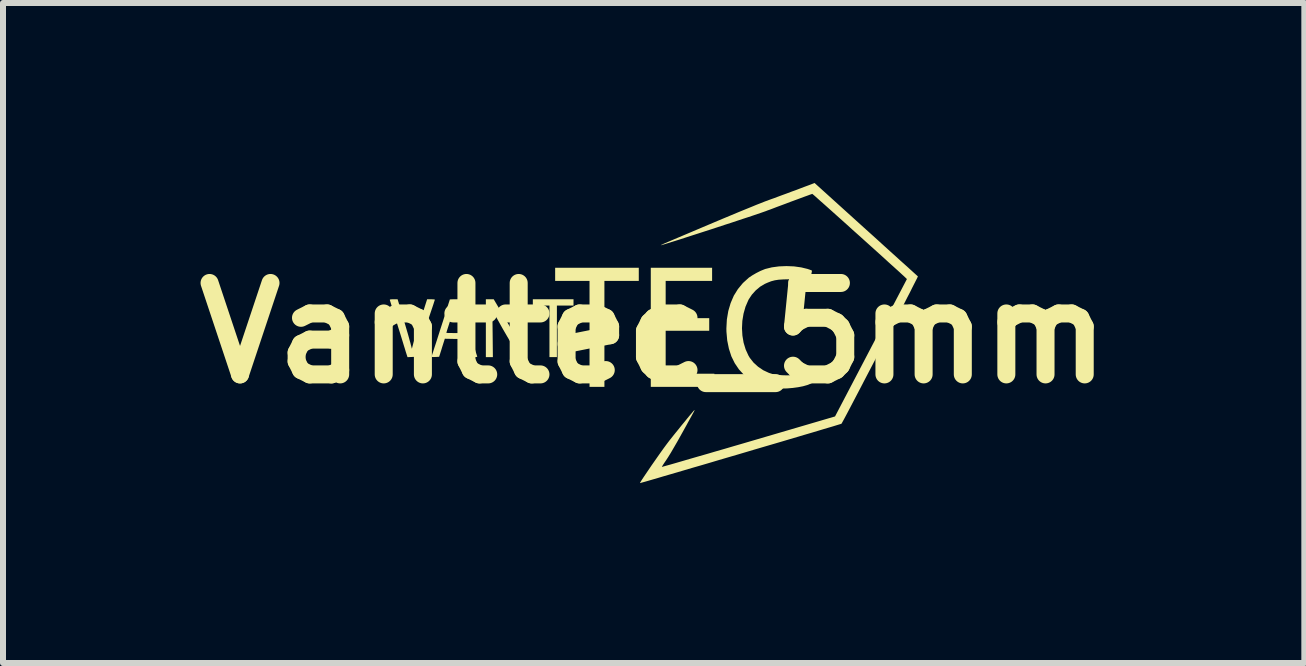
<source format=kicad_pcb>
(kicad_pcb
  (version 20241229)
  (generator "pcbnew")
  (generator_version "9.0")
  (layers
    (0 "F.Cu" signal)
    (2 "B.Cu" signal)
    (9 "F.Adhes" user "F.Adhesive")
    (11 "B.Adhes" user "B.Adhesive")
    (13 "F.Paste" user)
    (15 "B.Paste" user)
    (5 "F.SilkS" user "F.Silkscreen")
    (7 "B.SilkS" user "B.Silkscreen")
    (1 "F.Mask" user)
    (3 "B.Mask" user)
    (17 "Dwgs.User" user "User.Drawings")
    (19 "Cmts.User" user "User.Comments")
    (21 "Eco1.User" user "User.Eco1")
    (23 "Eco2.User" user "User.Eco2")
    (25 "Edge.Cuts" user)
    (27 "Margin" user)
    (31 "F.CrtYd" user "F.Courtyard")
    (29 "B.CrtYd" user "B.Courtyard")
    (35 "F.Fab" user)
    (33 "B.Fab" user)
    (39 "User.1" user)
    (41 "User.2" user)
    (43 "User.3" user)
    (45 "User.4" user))
  (footprint "Vanttec_5mm"
    (layer "F.Cu")
    (at 7.845 2.501)
    (property "Reference" "Vanttec_5mm" (at 0 0 0) (layer "F.SilkS") (effects (font (size 1.524 1.524) (thickness 0.3))))
    (attr board_only exclude_from_pos_files exclude_from_bom)
    (fp_poly (pts (xy -1.336 -0.458) (xy -1.613 -0.458) (xy -1.613 0.401) (xy -1.737 0.401) (xy -1.737 -0.458) (xy -2.014 -0.458) (xy -2.014 -0.563) (xy -1.336 -0.563)) (stroke (width 0) (type solid)) (fill yes) (layer "F.SilkS"))
    (fp_poly (pts (xy -0.248 -0.869) (xy -0.821 -0.869) (xy -0.821 0.897) (xy -1.069 0.897) (xy -1.069 -0.869) (xy -1.642 -0.869) (xy -1.642 -1.088) (xy -0.248 -1.088)) (stroke (width 0) (type solid)) (fill yes) (layer "F.SilkS"))
    (fp_poly (pts (xy 0.974 -0.869) (xy 0.2 -0.869) (xy 0.2 -0.248) (xy 0.926 -0.248) (xy 0.926 -0.038) (xy 0.2 -0.038) (xy 0.2 0.678) (xy 1.012 0.678) (xy 1.012 0.897) (xy -0.048 0.897) (xy -0.048 -1.088) (xy 0.974 -1.088)) (stroke (width 0) (type solid)) (fill yes) (layer "F.SilkS"))
    (fp_poly (pts (xy -2.495 -0.274) (xy -2.453 -0.202) (xy -2.411 -0.131) (xy -2.372 -0.063) (xy -2.337 -0.001) (xy -2.307 0.051) (xy -2.285 0.091) (xy -2.275 0.11) (xy -2.227 0.206) (xy -2.231 -0.179) (xy -2.236 -0.563) (xy -2.119 -0.563) (xy -2.119 0.401) (xy -2.242 0.401) (xy -2.264 0.36) (xy -2.275 0.342) (xy -2.294 0.31) (xy -2.319 0.266) (xy -2.35 0.212) (xy -2.386 0.152) (xy -2.423 0.088) (xy -2.438 0.063) (xy -2.478 -0.006) (xy -2.518 -0.075) (xy -2.555 -0.141) (xy -2.588 -0.201) (xy -2.616 -0.251) (xy -2.636 -0.288) (xy -2.639 -0.294) (xy -2.689 -0.394) (xy -2.684 0.004) (xy -2.68 0.401) (xy -2.797 0.401) (xy -2.797 -0.563) (xy -2.666 -0.563)) (stroke (width 0) (type solid)) (fill yes) (layer "F.SilkS"))
    (fp_poly (pts (xy -4.247 -0.494) (xy -4.239 -0.465) (xy -4.226 -0.422) (xy -4.21 -0.367) (xy -4.191 -0.304) (xy -4.171 -0.237) (xy -4.156 -0.187) (xy -4.135 -0.116) (xy -4.114 -0.044) (xy -4.094 0.024) (xy -4.077 0.085) (xy -4.064 0.134) (xy -4.057 0.157) (xy -4.03 0.262) (xy -4.019 0.219) (xy -4.008 0.178) (xy -3.995 0.131) (xy -3.979 0.077) (xy -3.959 0.012) (xy -3.935 -0.064) (xy -3.907 -0.155) (xy -3.873 -0.261) (xy -3.868 -0.274) (xy -3.776 -0.563) (xy -3.711 -0.563) (xy -3.679 -0.562) (xy -3.656 -0.56) (xy -3.647 -0.556) (xy -3.647 -0.556) (xy -3.65 -0.546) (xy -3.659 -0.519) (xy -3.672 -0.478) (xy -3.69 -0.424) (xy -3.712 -0.359) (xy -3.737 -0.284) (xy -3.765 -0.201) (xy -3.795 -0.112) (xy -3.807 -0.076) (xy -3.967 0.396) (xy -4.035 0.399) (xy -4.103 0.402) (xy -4.127 0.327) (xy -4.135 0.302) (xy -4.147 0.261) (xy -4.164 0.207) (xy -4.184 0.141) (xy -4.207 0.066) (xy -4.232 -0.015) (xy -4.259 -0.1) (xy -4.272 -0.143) (xy -4.298 -0.227) (xy -4.322 -0.305) (xy -4.343 -0.376) (xy -4.362 -0.437) (xy -4.378 -0.487) (xy -4.389 -0.524) (xy -4.396 -0.546) (xy -4.398 -0.551) (xy -4.395 -0.558) (xy -4.379 -0.562) (xy -4.346 -0.563) (xy -4.335 -0.563) (xy -4.268 -0.563)) (stroke (width 0) (type solid)) (fill yes) (layer "F.SilkS"))
    (fp_poly (pts (xy -3.228 -0.504) (xy -3.2 -0.419) (xy -3.172 -0.331) (xy -3.143 -0.241) (xy -3.113 -0.149) (xy -3.085 -0.059) (xy -3.057 0.027) (xy -3.031 0.109) (xy -3.007 0.184) (xy -2.985 0.251) (xy -2.968 0.307) (xy -2.954 0.351) (xy -2.944 0.381) (xy -2.94 0.395) (xy -2.94 0.395) (xy -2.949 0.398) (xy -2.972 0.4) (xy -3.004 0.401) (xy -3.005 0.401) (xy -3.069 0.401) (xy -3.117 0.251) (xy -3.165 0.1) (xy -3.323 0.098) (xy -3.481 0.095) (xy -3.512 0.193) (xy -3.527 0.24) (xy -3.541 0.287) (xy -3.554 0.327) (xy -3.559 0.344) (xy -3.576 0.396) (xy -3.641 0.399) (xy -3.676 0.4) (xy -3.696 0.398) (xy -3.702 0.392) (xy -3.701 0.389) (xy -3.697 0.377) (xy -3.688 0.348) (xy -3.674 0.306) (xy -3.657 0.252) (xy -3.636 0.189) (xy -3.613 0.118) (xy -3.589 0.042) (xy -3.574 -0.004) (xy -3.455 -0.004) (xy -3.446 -0.002) (xy -3.422 -0.001) (xy -3.385 -0.00045) (xy -3.339 -0.000029) (xy -3.323 0) (xy -3.191 0) (xy -3.251 -0.193) (xy -3.269 -0.253) (xy -3.286 -0.307) (xy -3.3 -0.354) (xy -3.311 -0.39) (xy -3.317 -0.412) (xy -3.317 -0.415) (xy -3.321 -0.427) (xy -3.325 -0.427) (xy -3.331 -0.415) (xy -3.339 -0.388) (xy -3.347 -0.358) (xy -3.359 -0.316) (xy -3.375 -0.262) (xy -3.393 -0.203) (xy -3.411 -0.146) (xy -3.413 -0.14) (xy -3.428 -0.093) (xy -3.441 -0.053) (xy -3.45 -0.023) (xy -3.455 -0.006) (xy -3.455 -0.004) (xy -3.574 -0.004) (xy -3.564 -0.037) (xy -3.538 -0.117) (xy -3.512 -0.197) (xy -3.488 -0.274) (xy -3.465 -0.346) (xy -3.445 -0.41) (xy -3.427 -0.466) (xy -3.413 -0.51) (xy -3.403 -0.541) (xy -3.399 -0.557) (xy -3.398 -0.558) (xy -3.389 -0.561) (xy -3.366 -0.562) (xy -3.333 -0.563) (xy -3.323 -0.563) (xy -3.247 -0.563)) (stroke (width 0) (type solid)) (fill yes) (layer "F.SilkS"))
    (fp_poly (pts (xy 2.339 -1.111) (xy 2.46 -1.094) (xy 2.563 -1.069) (xy 2.596 -1.058) (xy 2.623 -1.048) (xy 2.636 -1.042) (xy 2.637 -1.042) (xy 2.637 -1.031) (xy 2.633 -1.006) (xy 2.626 -0.973) (xy 2.617 -0.934) (xy 2.608 -0.896) (xy 2.598 -0.862) (xy 2.591 -0.837) (xy 2.586 -0.826) (xy 2.575 -0.827) (xy 2.551 -0.833) (xy 2.518 -0.844) (xy 2.501 -0.85) (xy 2.417 -0.874) (xy 2.335 -0.889) (xy 2.249 -0.896) (xy 2.162 -0.894) (xy 2.084 -0.889) (xy 2.019 -0.879) (xy 1.958 -0.863) (xy 1.897 -0.839) (xy 1.852 -0.819) (xy 1.775 -0.773) (xy 1.702 -0.712) (xy 1.637 -0.64) (xy 1.585 -0.562) (xy 1.578 -0.548) (xy 1.531 -0.44) (xy 1.498 -0.324) (xy 1.478 -0.203) (xy 1.472 -0.08) (xy 1.479 0.042) (xy 1.499 0.161) (xy 1.533 0.273) (xy 1.579 0.374) (xy 1.604 0.416) (xy 1.665 0.493) (xy 1.741 0.562) (xy 1.827 0.62) (xy 1.921 0.664) (xy 1.981 0.683) (xy 2.031 0.693) (xy 2.094 0.7) (xy 2.163 0.704) (xy 2.234 0.705) (xy 2.3 0.702) (xy 2.34 0.697) (xy 2.388 0.688) (xy 2.444 0.675) (xy 2.496 0.66) (xy 2.505 0.658) (xy 2.542 0.646) (xy 2.571 0.637) (xy 2.588 0.632) (xy 2.591 0.632) (xy 2.594 0.642) (xy 2.601 0.666) (xy 2.61 0.701) (xy 2.618 0.733) (xy 2.642 0.831) (xy 2.617 0.844) (xy 2.56 0.867) (xy 2.489 0.887) (xy 2.407 0.903) (xy 2.318 0.915) (xy 2.225 0.923) (xy 2.133 0.925) (xy 2.046 0.923) (xy 1.968 0.915) (xy 1.95 0.912) (xy 1.821 0.88) (xy 1.703 0.832) (xy 1.597 0.77) (xy 1.502 0.694) (xy 1.42 0.604) (xy 1.351 0.502) (xy 1.295 0.388) (xy 1.254 0.261) (xy 1.226 0.124) (xy 1.213 -0.023) (xy 1.212 -0.076) (xy 1.22 -0.226) (xy 1.244 -0.368) (xy 1.283 -0.5) (xy 1.336 -0.623) (xy 1.405 -0.734) (xy 1.487 -0.833) (xy 1.583 -0.92) (xy 1.586 -0.923) (xy 1.643 -0.961) (xy 1.71 -1) (xy 1.779 -1.035) (xy 1.845 -1.062) (xy 1.861 -1.068) (xy 1.97 -1.095) (xy 2.089 -1.111) (xy 2.214 -1.116)) (stroke (width 0) (type solid)) (fill yes) (layer "F.SilkS"))
    (fp_poly (pts (xy 3.539 -1.726) (xy 3.648 -1.628) (xy 3.753 -1.533) (xy 3.853 -1.442) (xy 3.948 -1.356) (xy 4.037 -1.276) (xy 4.117 -1.203) (xy 4.19 -1.138) (xy 4.254 -1.08) (xy 4.307 -1.032) (xy 4.35 -0.993) (xy 4.381 -0.965) (xy 4.399 -0.949) (xy 4.404 -0.944) (xy 4.4 -0.935) (xy 4.389 -0.911) (xy 4.369 -0.872) (xy 4.342 -0.819) (xy 4.309 -0.754) (xy 4.271 -0.677) (xy 4.226 -0.591) (xy 4.178 -0.496) (xy 4.125 -0.393) (xy 4.068 -0.284) (xy 4.009 -0.169) (xy 3.948 -0.05) (xy 3.884 0.072) (xy 3.82 0.196) (xy 3.755 0.321) (xy 3.691 0.446) (xy 3.627 0.569) (xy 3.564 0.689) (xy 3.503 0.806) (xy 3.445 0.918) (xy 3.39 1.023) (xy 3.338 1.122) (xy 3.291 1.212) (xy 3.249 1.292) (xy 3.212 1.362) (xy 3.181 1.42) (xy 3.157 1.464) (xy 3.14 1.495) (xy 3.131 1.51) (xy 3.13 1.512) (xy 3.121 1.515) (xy 3.094 1.523) (xy 3.051 1.536) (xy 2.993 1.554) (xy 2.922 1.575) (xy 2.837 1.6) (xy 2.741 1.629) (xy 2.634 1.661) (xy 2.518 1.695) (xy 2.394 1.732) (xy 2.262 1.771) (xy 2.124 1.812) (xy 1.981 1.854) (xy 1.834 1.897) (xy 1.684 1.941) (xy 1.533 1.986) (xy 1.381 2.031) (xy 1.23 2.075) (xy 1.08 2.119) (xy 0.933 2.163) (xy 0.79 2.205) (xy 0.651 2.245) (xy 0.519 2.284) (xy 0.394 2.321) (xy 0.277 2.355) (xy 0.17 2.386) (xy 0.073 2.415) (xy -0.013 2.44) (xy -0.085 2.461) (xy -0.144 2.478) (xy -0.188 2.49) (xy -0.216 2.498) (xy -0.227 2.501) (xy -0.227 2.501) (xy -0.226 2.494) (xy -0.223 2.489) (xy -0.202 2.454) (xy -0.171 2.407) (xy -0.132 2.349) (xy -0.087 2.283) (xy -0.039 2.212) (xy 0.012 2.139) (xy 0.063 2.066) (xy 0.113 1.995) (xy 0.16 1.929) (xy 0.202 1.872) (xy 0.238 1.824) (xy 0.26 1.795) (xy 0.31 1.732) (xy 0.362 1.667) (xy 0.415 1.602) (xy 0.466 1.538) (xy 0.516 1.478) (xy 0.561 1.422) (xy 0.601 1.374) (xy 0.635 1.334) (xy 0.66 1.304) (xy 0.676 1.286) (xy 0.68 1.282) (xy 0.681 1.286) (xy 0.674 1.303) (xy 0.661 1.328) (xy 0.647 1.353) (xy 0.626 1.392) (xy 0.6 1.439) (xy 0.571 1.491) (xy 0.549 1.532) (xy 0.471 1.672) (xy 0.402 1.796) (xy 0.34 1.903) (xy 0.287 1.994) (xy 0.242 2.067) (xy 0.205 2.124) (xy 0.199 2.132) (xy 0.174 2.169) (xy 0.154 2.2) (xy 0.141 2.222) (xy 0.137 2.231) (xy 0.137 2.231) (xy 0.147 2.229) (xy 0.174 2.221) (xy 0.217 2.209) (xy 0.275 2.193) (xy 0.348 2.172) (xy 0.434 2.147) (xy 0.533 2.118) (xy 0.643 2.086) (xy 0.764 2.051) (xy 0.894 2.014) (xy 1.033 1.973) (xy 1.179 1.931) (xy 1.332 1.886) (xy 1.49 1.84) (xy 1.582 1.813) (xy 3.023 1.39) (xy 3.622 0.245) (xy 4.221 -0.9) (xy 4.189 -0.931) (xy 4.17 -0.949) (xy 4.139 -0.977) (xy 4.097 -1.016) (xy 4.045 -1.063) (xy 3.984 -1.118) (xy 3.915 -1.18) (xy 3.841 -1.248) (xy 3.76 -1.321) (xy 3.676 -1.397) (xy 3.588 -1.476) (xy 3.498 -1.557) (xy 3.407 -1.639) (xy 3.316 -1.72) (xy 3.227 -1.801) (xy 3.14 -1.879) (xy 3.056 -1.954) (xy 2.977 -2.025) (xy 2.904 -2.09) (xy 2.838 -2.149) (xy 2.779 -2.201) (xy 2.73 -2.245) (xy 2.691 -2.28) (xy 2.663 -2.304) (xy 2.647 -2.317) (xy 2.644 -2.32) (xy 2.634 -2.316) (xy 2.607 -2.307) (xy 2.567 -2.292) (xy 2.514 -2.273) (xy 2.452 -2.25) (xy 2.382 -2.224) (xy 2.306 -2.196) (xy 2.289 -2.19) (xy 2.208 -2.159) (xy 2.13 -2.13) (xy 2.057 -2.103) (xy 1.992 -2.078) (xy 1.937 -2.057) (xy 1.894 -2.042) (xy 1.867 -2.031) (xy 1.866 -2.031) (xy 1.835 -2.02) (xy 1.789 -2.004) (xy 1.73 -1.984) (xy 1.66 -1.96) (xy 1.579 -1.933) (xy 1.49 -1.904) (xy 1.394 -1.872) (xy 1.292 -1.838) (xy 1.186 -1.804) (xy 1.077 -1.768) (xy 0.968 -1.732) (xy 0.859 -1.697) (xy 0.751 -1.662) (xy 0.648 -1.629) (xy 0.549 -1.597) (xy 0.457 -1.567) (xy 0.372 -1.54) (xy 0.298 -1.517) (xy 0.234 -1.497) (xy 0.183 -1.481) (xy 0.145 -1.47) (xy 0.124 -1.464) (xy 0.119 -1.463) (xy 0.125 -1.468) (xy 0.145 -1.478) (xy 0.175 -1.492) (xy 0.184 -1.496) (xy 0.408 -1.591) (xy 0.616 -1.679) (xy 0.807 -1.76) (xy 0.982 -1.834) (xy 1.141 -1.901) (xy 1.285 -1.961) (xy 1.414 -2.015) (xy 1.529 -2.062) (xy 1.63 -2.103) (xy 1.717 -2.139) (xy 1.792 -2.168) (xy 1.854 -2.193) (xy 1.905 -2.211) (xy 1.909 -2.213) (xy 1.952 -2.229) (xy 2.009 -2.249) (xy 2.075 -2.274) (xy 2.148 -2.301) (xy 2.225 -2.329) (xy 2.304 -2.359) (xy 2.382 -2.387) (xy 2.455 -2.415) (xy 2.521 -2.44) (xy 2.578 -2.461) (xy 2.621 -2.477) (xy 2.646 -2.487) (xy 2.682 -2.501)) (stroke (width 0) (type solid)) (fill yes) (layer "F.SilkS")))
  (gr_rect
    (start -3 -3)
    (end 18.69 8.001)
    (stroke (width 0.1) (type default))
    (fill no)
    (layer "Edge.Cuts")))
</source>
